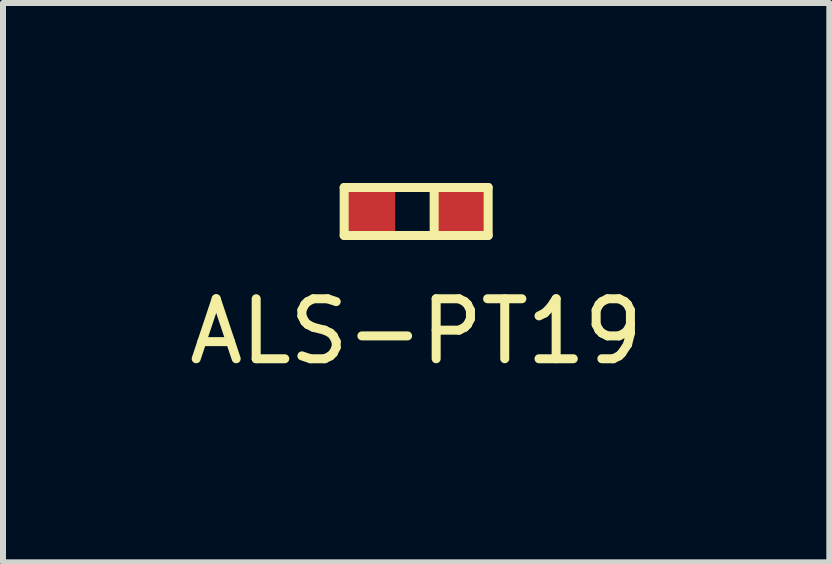
<source format=kicad_pcb>
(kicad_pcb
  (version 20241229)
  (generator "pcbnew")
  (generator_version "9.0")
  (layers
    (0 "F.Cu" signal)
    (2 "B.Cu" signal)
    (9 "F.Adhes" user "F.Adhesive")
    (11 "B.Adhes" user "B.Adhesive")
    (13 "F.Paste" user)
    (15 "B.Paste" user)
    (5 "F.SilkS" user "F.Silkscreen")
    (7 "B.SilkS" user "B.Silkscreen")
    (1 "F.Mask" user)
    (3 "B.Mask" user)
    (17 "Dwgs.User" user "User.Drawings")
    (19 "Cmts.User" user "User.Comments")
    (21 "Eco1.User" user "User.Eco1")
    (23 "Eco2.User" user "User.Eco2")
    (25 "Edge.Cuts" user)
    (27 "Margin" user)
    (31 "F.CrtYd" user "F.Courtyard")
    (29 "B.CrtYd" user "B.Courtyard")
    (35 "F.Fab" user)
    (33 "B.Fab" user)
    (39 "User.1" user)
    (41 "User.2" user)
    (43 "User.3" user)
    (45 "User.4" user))
  (footprint "ALS-PT19"
    (layer "F.Cu")
    (at 3.887 0.475)
    (property "Reference" "ALS-PT19" (at 0 2 0) (layer "F.SilkS") (effects (font (size 1 1) (thickness 0.15))))
    (attr through_hole)
    (fp_line (start -1.2 -0.4) (end 1.2 -0.4) (stroke (width 0.15) (type solid)) (layer "F.SilkS"))
    (fp_line (start -1.2 0.4) (end -1.2 -0.4) (stroke (width 0.15) (type solid)) (layer "F.SilkS"))
    (fp_line (start 0.3 -0.4) (end 0.3 0.4) (stroke (width 0.15) (type solid)) (layer "F.SilkS"))
    (fp_line (start 1.2 -0.4) (end 1.2 0.4) (stroke (width 0.15) (type solid)) (layer "F.SilkS"))
    (fp_line (start 1.2 0.4) (end -1.2 0.4) (stroke (width 0.15) (type solid)) (layer "F.SilkS"))
    (pad "1" smd rect (at -0.75 0) (size 0.8 0.8) (layers "F.Cu" "F.Mask" "F.Paste"))
    (pad "2" smd rect (at 0.75 0) (size 0.8 0.8) (layers "F.Cu" "F.Mask" "F.Paste")))
  (gr_rect
    (start -3 -3)
    (end 10.774 6.323)
    (stroke (width 0.1) (type default))
    (fill no)
    (layer "Edge.Cuts")))
</source>
